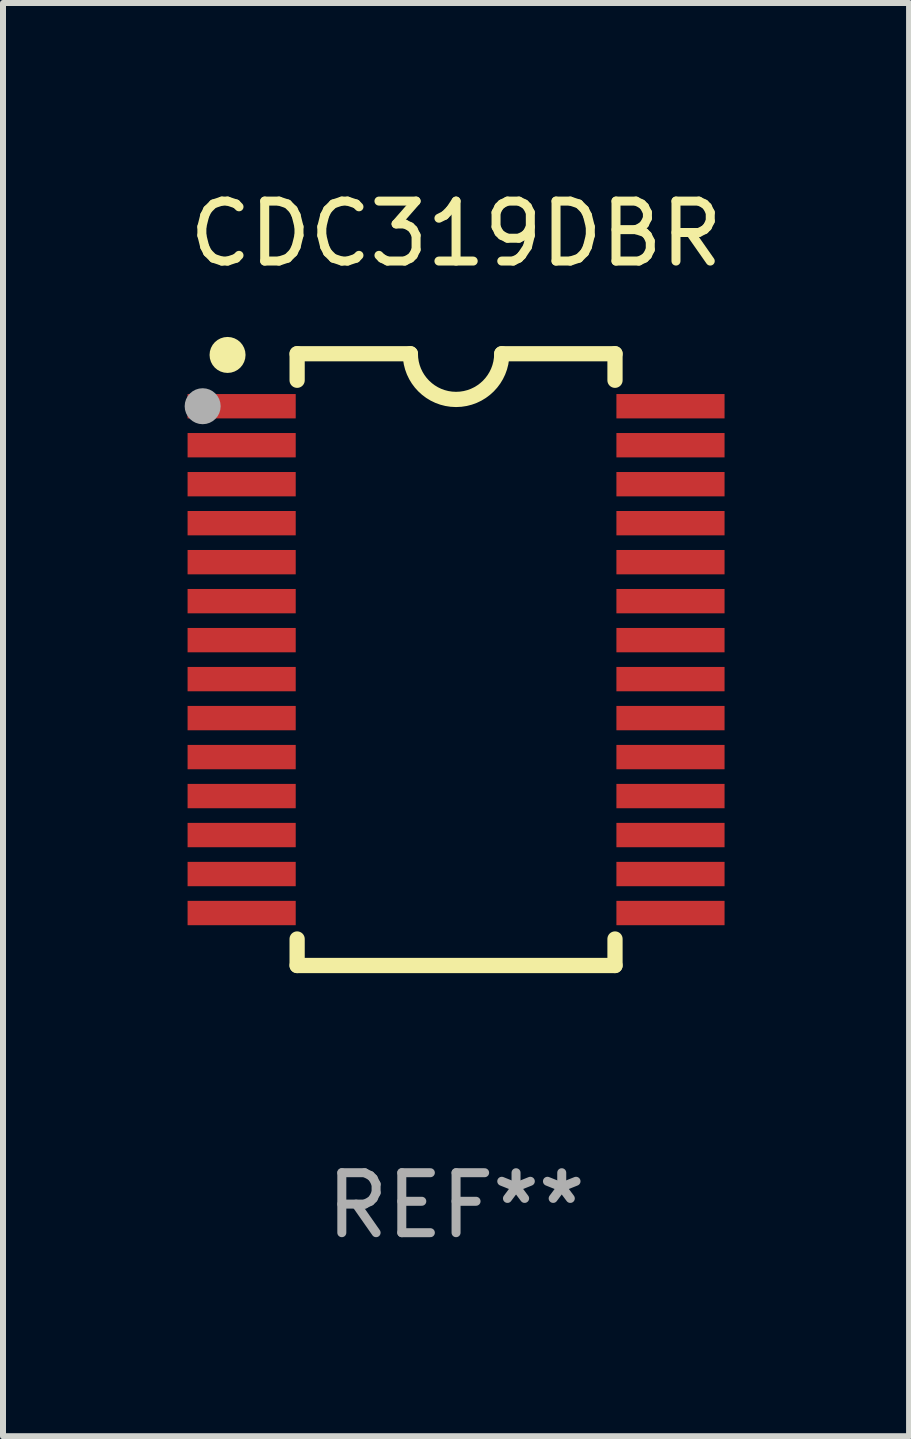
<source format=kicad_pcb>
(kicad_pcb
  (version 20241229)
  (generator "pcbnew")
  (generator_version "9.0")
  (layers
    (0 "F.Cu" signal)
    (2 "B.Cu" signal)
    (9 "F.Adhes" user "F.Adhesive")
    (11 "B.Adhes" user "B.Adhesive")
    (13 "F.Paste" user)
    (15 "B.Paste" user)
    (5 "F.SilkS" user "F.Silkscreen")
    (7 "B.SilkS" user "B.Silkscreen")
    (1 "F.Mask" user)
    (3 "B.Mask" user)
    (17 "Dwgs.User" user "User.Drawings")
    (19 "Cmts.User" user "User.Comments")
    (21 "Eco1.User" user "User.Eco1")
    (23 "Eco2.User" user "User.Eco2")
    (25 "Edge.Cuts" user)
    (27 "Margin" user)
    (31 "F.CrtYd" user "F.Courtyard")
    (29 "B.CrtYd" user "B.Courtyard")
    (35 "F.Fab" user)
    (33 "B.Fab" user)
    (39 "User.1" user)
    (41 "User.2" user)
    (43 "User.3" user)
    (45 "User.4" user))
  (footprint "CDC319DBR"
    (layer "F.Cu")
    (at 4.554 7.948)
    (property "Reference" "CDC319DBR" (at 0 -7.1 0) (layer "F.SilkS") (effects (font (size 1 1) (thickness 0.15))))
    (attr through_hole)
    (fp_line (start -2.65 -5.1) (end -0.762 -5.1) (stroke (width 0.254) (type solid)) (layer "F.SilkS"))
    (fp_line (start -2.65 -4.658) (end -2.65 -5.1) (stroke (width 0.254) (type solid)) (layer "F.SilkS"))
    (fp_line (start -2.65 5.1) (end -2.65 4.658) (stroke (width 0.254) (type solid)) (layer "F.SilkS"))
    (fp_line (start -2.65 5.1) (end 2.65 5.1) (stroke (width 0.254) (type solid)) (layer "F.SilkS"))
    (fp_line (start 2.65 -5.1) (end 0.762 -5.1) (stroke (width 0.254) (type solid)) (layer "F.SilkS"))
    (fp_line (start 2.65 -5.1) (end 2.65 -4.658) (stroke (width 0.254) (type solid)) (layer "F.SilkS"))
    (fp_line (start 2.65 4.658) (end 2.65 5.1) (stroke (width 0.254) (type solid)) (layer "F.SilkS"))
    (fp_arc (start 0.761925 -5.1) (mid -0.000241 -4.338329) (end -0.762077 -5.10033) (stroke (width 0.254001) (type solid)) (layer "F.SilkS"))
    (fp_circle (center -3.858 -5.07) (end -3.828 -5.07) (stroke (width 0.06) (type solid)) (fill no) (layer "F.SilkS"))
    (fp_circle (center -3.81 -5.08) (end -3.66 -5.08) (stroke (width 0.3) (type solid)) (fill no) (layer "F.SilkS"))
    (fp_circle (center -4.225 -4.225) (end -4.075 -4.225) (stroke (width 0.3) (type solid)) (fill no) (layer "F.Fab"))
    (fp_text user "REF**" (at 0 9.1 0) (layer "F.Fab") (effects (font (size 1 1) (thickness 0.15))))
    (pad "1" smd rect (at -3.575 -4.225) (size 1.803 0.406) (layers "F.Cu" "F.Mask" "F.Paste"))
    (pad "2" smd rect (at -3.575 -3.575) (size 1.803 0.406) (layers "F.Cu" "F.Mask" "F.Paste"))
    (pad "3" smd rect (at -3.575 -2.925) (size 1.803 0.406) (layers "F.Cu" "F.Mask" "F.Paste"))
    (pad "4" smd rect (at -3.575 -2.275) (size 1.803 0.406) (layers "F.Cu" "F.Mask" "F.Paste"))
    (pad "5" smd rect (at -3.575 -1.625) (size 1.803 0.406) (layers "F.Cu" "F.Mask" "F.Paste"))
    (pad "6" smd rect (at -3.575 -0.975) (size 1.803 0.406) (layers "F.Cu" "F.Mask" "F.Paste"))
    (pad "7" smd rect (at -3.575 -0.325) (size 1.803 0.406) (layers "F.Cu" "F.Mask" "F.Paste"))
    (pad "8" smd rect (at -3.575 0.325) (size 1.803 0.406) (layers "F.Cu" "F.Mask" "F.Paste"))
    (pad "9" smd rect (at -3.575 0.975) (size 1.803 0.406) (layers "F.Cu" "F.Mask" "F.Paste"))
    (pad "10" smd rect (at -3.575 1.625) (size 1.803 0.406) (layers "F.Cu" "F.Mask" "F.Paste"))
    (pad "11" smd rect (at -3.575 2.275) (size 1.803 0.406) (layers "F.Cu" "F.Mask" "F.Paste"))
    (pad "12" smd rect (at -3.575 2.925) (size 1.803 0.406) (layers "F.Cu" "F.Mask" "F.Paste"))
    (pad "13" smd rect (at -3.575 3.575) (size 1.803 0.406) (layers "F.Cu" "F.Mask" "F.Paste"))
    (pad "14" smd rect (at -3.575 4.225) (size 1.803 0.406) (layers "F.Cu" "F.Mask" "F.Paste"))
    (pad "15" smd rect (at 3.575 4.225) (size 1.803 0.406) (layers "F.Cu" "F.Mask" "F.Paste"))
    (pad "16" smd rect (at 3.575 3.575) (size 1.803 0.406) (layers "F.Cu" "F.Mask" "F.Paste"))
    (pad "17" smd rect (at 3.575 2.925) (size 1.803 0.406) (layers "F.Cu" "F.Mask" "F.Paste"))
    (pad "18" smd rect (at 3.575 2.275) (size 1.803 0.406) (layers "F.Cu" "F.Mask" "F.Paste"))
    (pad "19" smd rect (at 3.575 1.625) (size 1.803 0.406) (layers "F.Cu" "F.Mask" "F.Paste"))
    (pad "20" smd rect (at 3.575 0.975) (size 1.803 0.406) (layers "F.Cu" "F.Mask" "F.Paste"))
    (pad "21" smd rect (at 3.575 0.325) (size 1.803 0.406) (layers "F.Cu" "F.Mask" "F.Paste"))
    (pad "22" smd rect (at 3.575 -0.325) (size 1.803 0.406) (layers "F.Cu" "F.Mask" "F.Paste"))
    (pad "23" smd rect (at 3.575 -0.975) (size 1.803 0.406) (layers "F.Cu" "F.Mask" "F.Paste"))
    (pad "24" smd rect (at 3.575 -1.625) (size 1.803 0.406) (layers "F.Cu" "F.Mask" "F.Paste"))
    (pad "25" smd rect (at 3.575 -2.275) (size 1.803 0.406) (layers "F.Cu" "F.Mask" "F.Paste"))
    (pad "26" smd rect (at 3.575 -2.925) (size 1.803 0.406) (layers "F.Cu" "F.Mask" "F.Paste"))
    (pad "27" smd rect (at 3.575 -3.575) (size 1.803 0.406) (layers "F.Cu" "F.Mask" "F.Paste"))
    (pad "28" smd rect (at 3.575 -4.225) (size 1.803 0.406) (layers "F.Cu" "F.Mask" "F.Paste")))
  (gr_rect
    (start -3 -3)
    (end 12.107 20.896)
    (stroke (width 0.1) (type default))
    (fill no)
    (layer "Edge.Cuts")))
</source>
